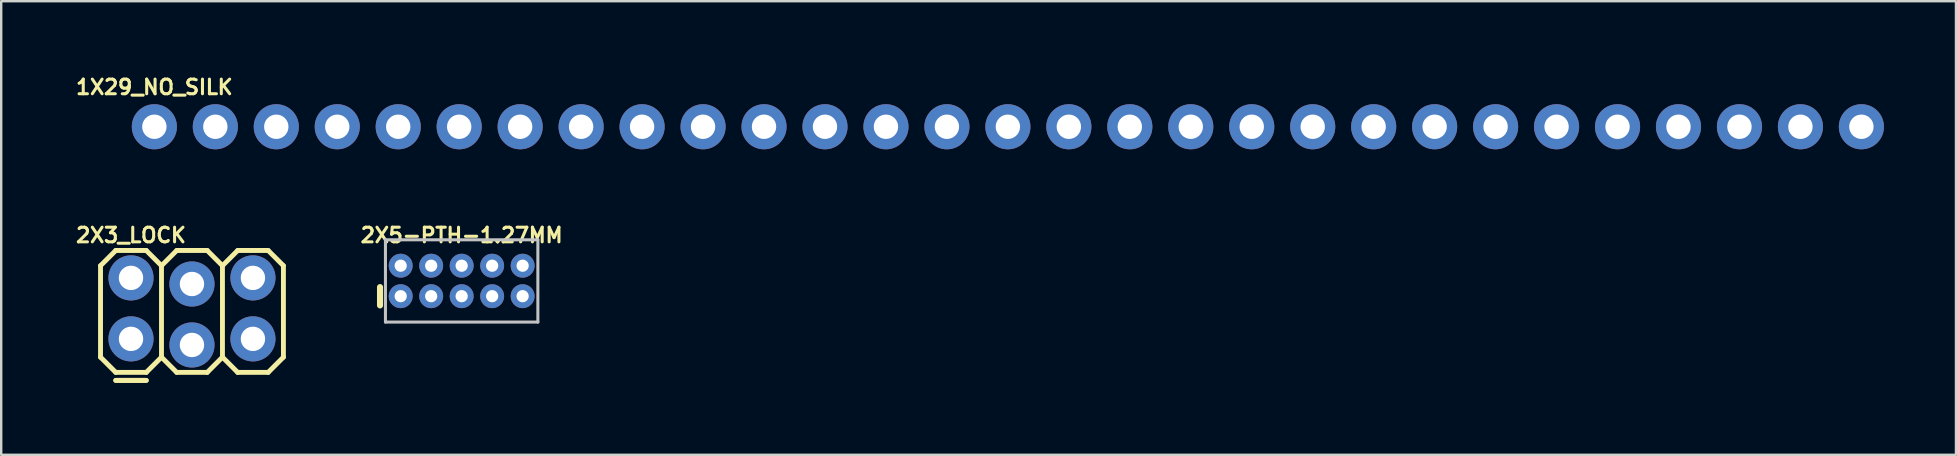
<source format=kicad_pcb>
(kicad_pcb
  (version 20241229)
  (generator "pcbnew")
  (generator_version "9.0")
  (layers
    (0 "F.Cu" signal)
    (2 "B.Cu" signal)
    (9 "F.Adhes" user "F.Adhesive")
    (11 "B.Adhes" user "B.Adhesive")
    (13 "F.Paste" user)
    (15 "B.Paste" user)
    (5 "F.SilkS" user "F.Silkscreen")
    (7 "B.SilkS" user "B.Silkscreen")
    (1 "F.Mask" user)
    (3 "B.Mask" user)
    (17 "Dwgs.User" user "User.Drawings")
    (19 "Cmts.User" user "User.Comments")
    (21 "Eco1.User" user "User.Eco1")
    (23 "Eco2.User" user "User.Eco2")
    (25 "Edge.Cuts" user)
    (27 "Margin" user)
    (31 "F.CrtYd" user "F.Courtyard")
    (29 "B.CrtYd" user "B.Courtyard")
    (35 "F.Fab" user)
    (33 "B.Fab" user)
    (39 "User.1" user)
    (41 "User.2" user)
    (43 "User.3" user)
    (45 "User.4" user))
  (footprint "2X5-PTH-1.27MM"
    (layer "F.Cu")
    (at 16.184 8.655)
    (property "Reference" "2X5-PTH-1.27MM" (at 0 -1.905 0) (layer "F.SilkS") (effects (font (size 0.61 0.61) (thickness 0.127))))
    (attr exclude_from_pos_files exclude_from_bom)
    (fp_line (start -3.401 1.019) (end -3.401 0.257) (stroke (width 0.254) (type solid)) (layer "F.SilkS"))
    (fp_line (start -3.175 -1.714) (end -3.175 1.714) (stroke (width 0.127) (type solid)) (layer "Dwgs.User"))
    (fp_line (start -3.175 1.714) (end 3.175 1.714) (stroke (width 0.127) (type solid)) (layer "Dwgs.User"))
    (fp_line (start 3.175 -1.714) (end -3.175 -1.714) (stroke (width 0.127) (type solid)) (layer "Dwgs.User"))
    (fp_line (start 3.175 1.714) (end 3.175 -1.714) (stroke (width 0.127) (type solid)) (layer "Dwgs.User"))
    (pad "1" thru_hole circle (at -2.54 0.635) (size 0.998 0.998) (drill 0.508) (layers "*.Cu" "*.Mask"))
    (pad "2" thru_hole circle (at -2.54 -0.635) (size 0.998 0.998) (drill 0.508) (layers "*.Cu" "*.Mask"))
    (pad "3" thru_hole circle (at -1.27 0.635) (size 0.998 0.998) (drill 0.508) (layers "*.Cu" "*.Mask"))
    (pad "4" thru_hole circle (at -1.27 -0.635) (size 0.998 0.998) (drill 0.508) (layers "*.Cu" "*.Mask"))
    (pad "5" thru_hole circle (at 0 0.635) (size 0.998 0.998) (drill 0.508) (layers "*.Cu" "*.Mask"))
    (pad "6" thru_hole circle (at 0 -0.635) (size 0.998 0.998) (drill 0.508) (layers "*.Cu" "*.Mask"))
    (pad "7" thru_hole circle (at 1.27 0.635) (size 0.998 0.998) (drill 0.508) (layers "*.Cu" "*.Mask"))
    (pad "8" thru_hole circle (at 1.27 -0.635) (size 0.998 0.998) (drill 0.508) (layers "*.Cu" "*.Mask"))
    (pad "9" thru_hole circle (at 2.54 0.635) (size 0.998 0.998) (drill 0.508) (layers "*.Cu" "*.Mask"))
    (pad "10" thru_hole circle (at 2.54 -0.635) (size 0.998 0.998) (drill 0.508) (layers "*.Cu" "*.Mask")))
  (footprint "1X29_NO_SILK"
    (layer "F.Cu")
    (at 3.381 2.231)
    (property "Reference" "1X29_NO_SILK" (at 0 -1.651 0) (layer "F.SilkS") (effects (font (size 0.61 0.61) (thickness 0.127))))
    (attr exclude_from_pos_files exclude_from_bom)
    (pad "1" thru_hole circle (at 0 0) (size 1.88 1.88) (drill 1.016) (layers "*.Cu" "*.Mask"))
    (pad "2" thru_hole circle (at 2.54 0) (size 1.88 1.88) (drill 1.016) (layers "*.Cu" "*.Mask"))
    (pad "3" thru_hole circle (at 5.08 0) (size 1.88 1.88) (drill 1.016) (layers "*.Cu" "*.Mask"))
    (pad "4" thru_hole circle (at 7.62 0) (size 1.88 1.88) (drill 1.016) (layers "*.Cu" "*.Mask"))
    (pad "5" thru_hole circle (at 10.16 0) (size 1.88 1.88) (drill 1.016) (layers "*.Cu" "*.Mask"))
    (pad "6" thru_hole circle (at 12.7 0) (size 1.88 1.88) (drill 1.016) (layers "*.Cu" "*.Mask"))
    (pad "7" thru_hole circle (at 15.24 0) (size 1.88 1.88) (drill 1.016) (layers "*.Cu" "*.Mask"))
    (pad "8" thru_hole circle (at 17.78 0) (size 1.88 1.88) (drill 1.016) (layers "*.Cu" "*.Mask"))
    (pad "9" thru_hole circle (at 20.32 0) (size 1.88 1.88) (drill 1.016) (layers "*.Cu" "*.Mask"))
    (pad "10" thru_hole circle (at 22.86 0) (size 1.88 1.88) (drill 1.016) (layers "*.Cu" "*.Mask"))
    (pad "11" thru_hole circle (at 25.4 0) (size 1.88 1.88) (drill 1.016) (layers "*.Cu" "*.Mask"))
    (pad "12" thru_hole circle (at 27.94 0) (size 1.88 1.88) (drill 1.016) (layers "*.Cu" "*.Mask"))
    (pad "13" thru_hole circle (at 30.48 0) (size 1.88 1.88) (drill 1.016) (layers "*.Cu" "*.Mask"))
    (pad "14" thru_hole circle (at 33.02 0) (size 1.88 1.88) (drill 1.016) (layers "*.Cu" "*.Mask"))
    (pad "15" thru_hole circle (at 35.56 0) (size 1.88 1.88) (drill 1.016) (layers "*.Cu" "*.Mask"))
    (pad "16" thru_hole circle (at 38.1 0) (size 1.88 1.88) (drill 1.016) (layers "*.Cu" "*.Mask"))
    (pad "17" thru_hole circle (at 40.64 0) (size 1.88 1.88) (drill 1.016) (layers "*.Cu" "*.Mask"))
    (pad "18" thru_hole circle (at 43.18 0) (size 1.88 1.88) (drill 1.016) (layers "*.Cu" "*.Mask"))
    (pad "19" thru_hole circle (at 45.72 0) (size 1.88 1.88) (drill 1.016) (layers "*.Cu" "*.Mask"))
    (pad "20" thru_hole circle (at 48.26 0) (size 1.88 1.88) (drill 1.016) (layers "*.Cu" "*.Mask"))
    (pad "21" thru_hole circle (at 50.8 0) (size 1.88 1.88) (drill 1.016) (layers "*.Cu" "*.Mask"))
    (pad "22" thru_hole circle (at 53.34 0) (size 1.88 1.88) (drill 1.016) (layers "*.Cu" "*.Mask"))
    (pad "23" thru_hole circle (at 55.88 0) (size 1.88 1.88) (drill 1.016) (layers "*.Cu" "*.Mask"))
    (pad "24" thru_hole circle (at 58.42 0) (size 1.88 1.88) (drill 1.016) (layers "*.Cu" "*.Mask"))
    (pad "25" thru_hole circle (at 60.96 0) (size 1.88 1.88) (drill 1.016) (layers "*.Cu" "*.Mask"))
    (pad "26" thru_hole circle (at 63.5 0) (size 1.88 1.88) (drill 1.016) (layers "*.Cu" "*.Mask"))
    (pad "27" thru_hole circle (at 66.04 0) (size 1.88 1.88) (drill 1.016) (layers "*.Cu" "*.Mask"))
    (pad "28" thru_hole circle (at 68.58 0) (size 1.88 1.88) (drill 1.016) (layers "*.Cu" "*.Mask"))
    (pad "29" thru_hole circle (at 71.12 0) (size 1.88 1.88) (drill 1.016) (layers "*.Cu" "*.Mask")))
  (footprint "2X3_LOCK"
    (layer "F.Cu")
    (at 2.408 11.195)
    (property "Reference" "2X3_LOCK" (at 0 -4.445 0) (layer "F.SilkS") (effects (font (size 0.61 0.61) (thickness 0.127))))
    (attr exclude_from_pos_files exclude_from_bom)
    (fp_line (start -1.27 -3.175) (end -0.635 -3.81) (stroke (width 0.203) (type solid)) (layer "F.SilkS"))
    (fp_line (start -1.27 0.635) (end -1.27 -3.175) (stroke (width 0.203) (type solid)) (layer "F.SilkS"))
    (fp_line (start -1.27 0.635) (end -0.635 1.27) (stroke (width 0.203) (type solid)) (layer "F.SilkS"))
    (fp_line (start -0.635 -3.81) (end 0.635 -3.81) (stroke (width 0.203) (type solid)) (layer "F.SilkS"))
    (fp_line (start -0.635 1.27) (end 0.635 1.27) (stroke (width 0.203) (type solid)) (layer "F.SilkS"))
    (fp_line (start -0.635 1.603) (end 0.635 1.603) (stroke (width 0.203) (type solid)) (layer "F.SilkS"))
    (fp_line (start 0.635 -3.81) (end 1.27 -3.175) (stroke (width 0.203) (type solid)) (layer "F.SilkS"))
    (fp_line (start 0.635 1.27) (end 1.27 0.635) (stroke (width 0.203) (type solid)) (layer "F.SilkS"))
    (fp_line (start 0.635 1.603) (end -0.635 1.603) (stroke (width 0.203) (type solid)) (layer "F.SilkS"))
    (fp_line (start 1.27 -3.175) (end 1.27 0.635) (stroke (width 0.203) (type solid)) (layer "F.SilkS"))
    (fp_line (start 1.27 -3.175) (end 1.905 -3.81) (stroke (width 0.203) (type solid)) (layer "F.SilkS"))
    (fp_line (start 1.27 0.635) (end 1.905 1.27) (stroke (width 0.203) (type solid)) (layer "F.SilkS"))
    (fp_line (start 1.905 -3.81) (end 3.175 -3.81) (stroke (width 0.203) (type solid)) (layer "F.SilkS"))
    (fp_line (start 1.905 1.27) (end 3.175 1.27) (stroke (width 0.203) (type solid)) (layer "F.SilkS"))
    (fp_line (start 3.175 -3.81) (end 3.81 -3.175) (stroke (width 0.203) (type solid)) (layer "F.SilkS"))
    (fp_line (start 3.175 1.27) (end 3.81 0.635) (stroke (width 0.203) (type solid)) (layer "F.SilkS"))
    (fp_line (start 3.81 -3.175) (end 3.81 0.635) (stroke (width 0.203) (type solid)) (layer "F.SilkS"))
    (fp_line (start 3.81 -3.175) (end 4.445 -3.81) (stroke (width 0.203) (type solid)) (layer "F.SilkS"))
    (fp_line (start 3.81 0.635) (end 4.445 1.27) (stroke (width 0.203) (type solid)) (layer "F.SilkS"))
    (fp_line (start 4.445 -3.81) (end 5.715 -3.81) (stroke (width 0.203) (type solid)) (layer "F.SilkS"))
    (fp_line (start 4.445 1.27) (end 5.715 1.27) (stroke (width 0.203) (type solid)) (layer "F.SilkS"))
    (fp_line (start 5.715 -3.81) (end 6.35 -3.175) (stroke (width 0.203) (type solid)) (layer "F.SilkS"))
    (fp_line (start 5.715 1.27) (end 6.35 0.635) (stroke (width 0.203) (type solid)) (layer "F.SilkS"))
    (fp_line (start 6.35 -3.175) (end 6.35 0.635) (stroke (width 0.203) (type solid)) (layer "F.SilkS"))
    (pad "1" thru_hole circle (at 0 -0.127) (size 1.88 1.88) (drill 1.016) (layers "*.Cu" "*.Mask"))
    (pad "2" thru_hole circle (at 0 -2.667) (size 1.88 1.88) (drill 1.016) (layers "*.Cu" "*.Mask"))
    (pad "3" thru_hole circle (at 2.54 0.127) (size 1.88 1.88) (drill 1.016) (layers "*.Cu" "*.Mask"))
    (pad "4" thru_hole circle (at 2.54 -2.413) (size 1.88 1.88) (drill 1.016) (layers "*.Cu" "*.Mask"))
    (pad "5" thru_hole circle (at 5.08 -0.127) (size 1.88 1.88) (drill 1.016) (layers "*.Cu" "*.Mask"))
    (pad "6" thru_hole circle (at 5.08 -2.667) (size 1.88 1.88) (drill 1.016) (layers "*.Cu" "*.Mask")))
  (gr_rect
    (start -3 -3)
    (end 78.441 15.899)
    (stroke (width 0.1) (type default))
    (fill no)
    (layer "Edge.Cuts")))
</source>
